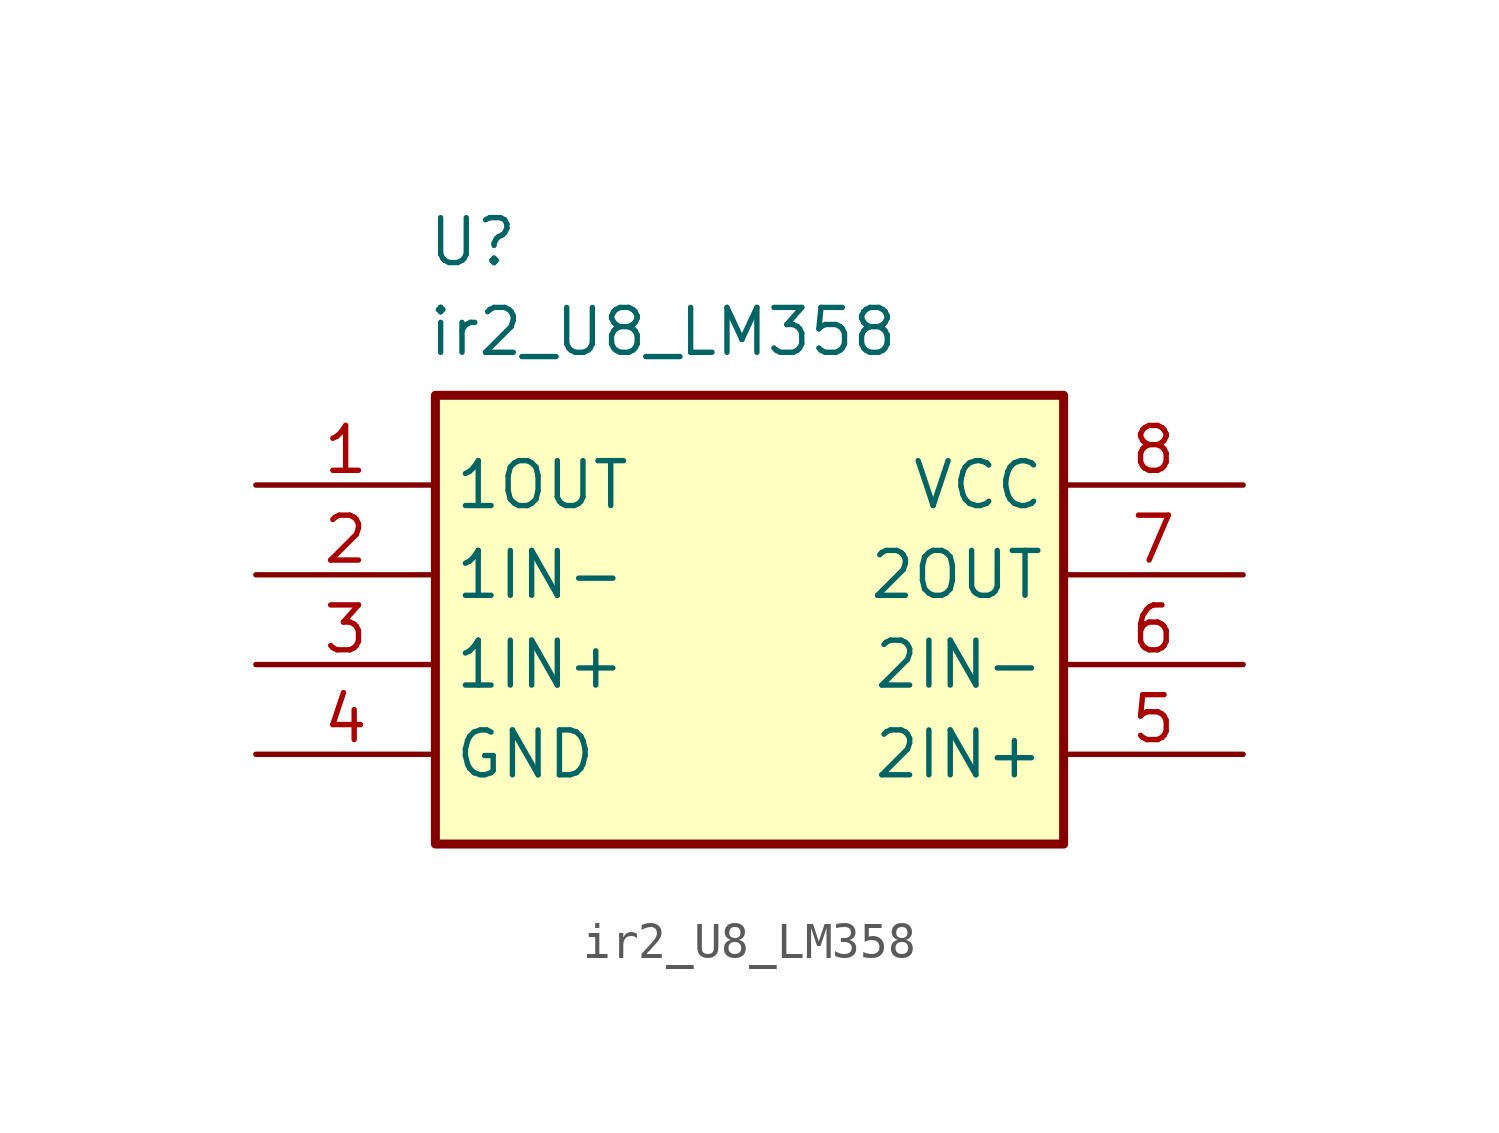
<source format=kicad_sym>
(kicad_symbol_lib
  (version 20241209)
  (generator "kicad_symbol_editor")
  (generator_version "9.0")
  (symbol "ir2_U8_LM358"
    (property "Reference" "U"
      (at 4.826 7.62 0)
      (effects (font (size 1.27 1.27)) (justify left top)))
    (property "Value" "ir2_U8_LM358"
      (at 4.826 5.08 0)
      (effects (font (size 1.27 1.27)) (justify left top)))
    (symbol "ir2_U8_LM358_1_1"
      (rectangle (start 5.08 2.54) (end 22.86 -10.16) (stroke (width 0.254) (type default)) (fill (type background)))
      (pin passive line (at 0 0 0) (length 5.08) (name "1OUT" (effects (font (size 1.27 1.27)))) (number "1" (effects (font (size 1.27 1.27)))))
      (pin passive line (at 0 -2.54 0) (length 5.08) (name "1IN-" (effects (font (size 1.27 1.27)))) (number "2" (effects (font (size 1.27 1.27)))))
      (pin passive line (at 0 -5.08 0) (length 5.08) (name "1IN+" (effects (font (size 1.27 1.27)))) (number "3" (effects (font (size 1.27 1.27)))))
      (pin passive line (at 0 -7.62 0) (length 5.08) (name "GND" (effects (font (size 1.27 1.27)))) (number "4" (effects (font (size 1.27 1.27)))))
      (pin passive line (at 27.94 0 180) (length 5.08) (name "VCC" (effects (font (size 1.27 1.27)))) (number "8" (effects (font (size 1.27 1.27)))))
      (pin passive line (at 27.94 -2.54 180) (length 5.08) (name "2OUT" (effects (font (size 1.27 1.27)))) (number "7" (effects (font (size 1.27 1.27)))))
      (pin passive line (at 27.94 -5.08 180) (length 5.08) (name "2IN-" (effects (font (size 1.27 1.27)))) (number "6" (effects (font (size 1.27 1.27)))))
      (pin passive line (at 27.94 -7.62 180) (length 5.08) (name "2IN+" (effects (font (size 1.27 1.27)))) (number "5" (effects (font (size 1.27 1.27))))))))
</source>
